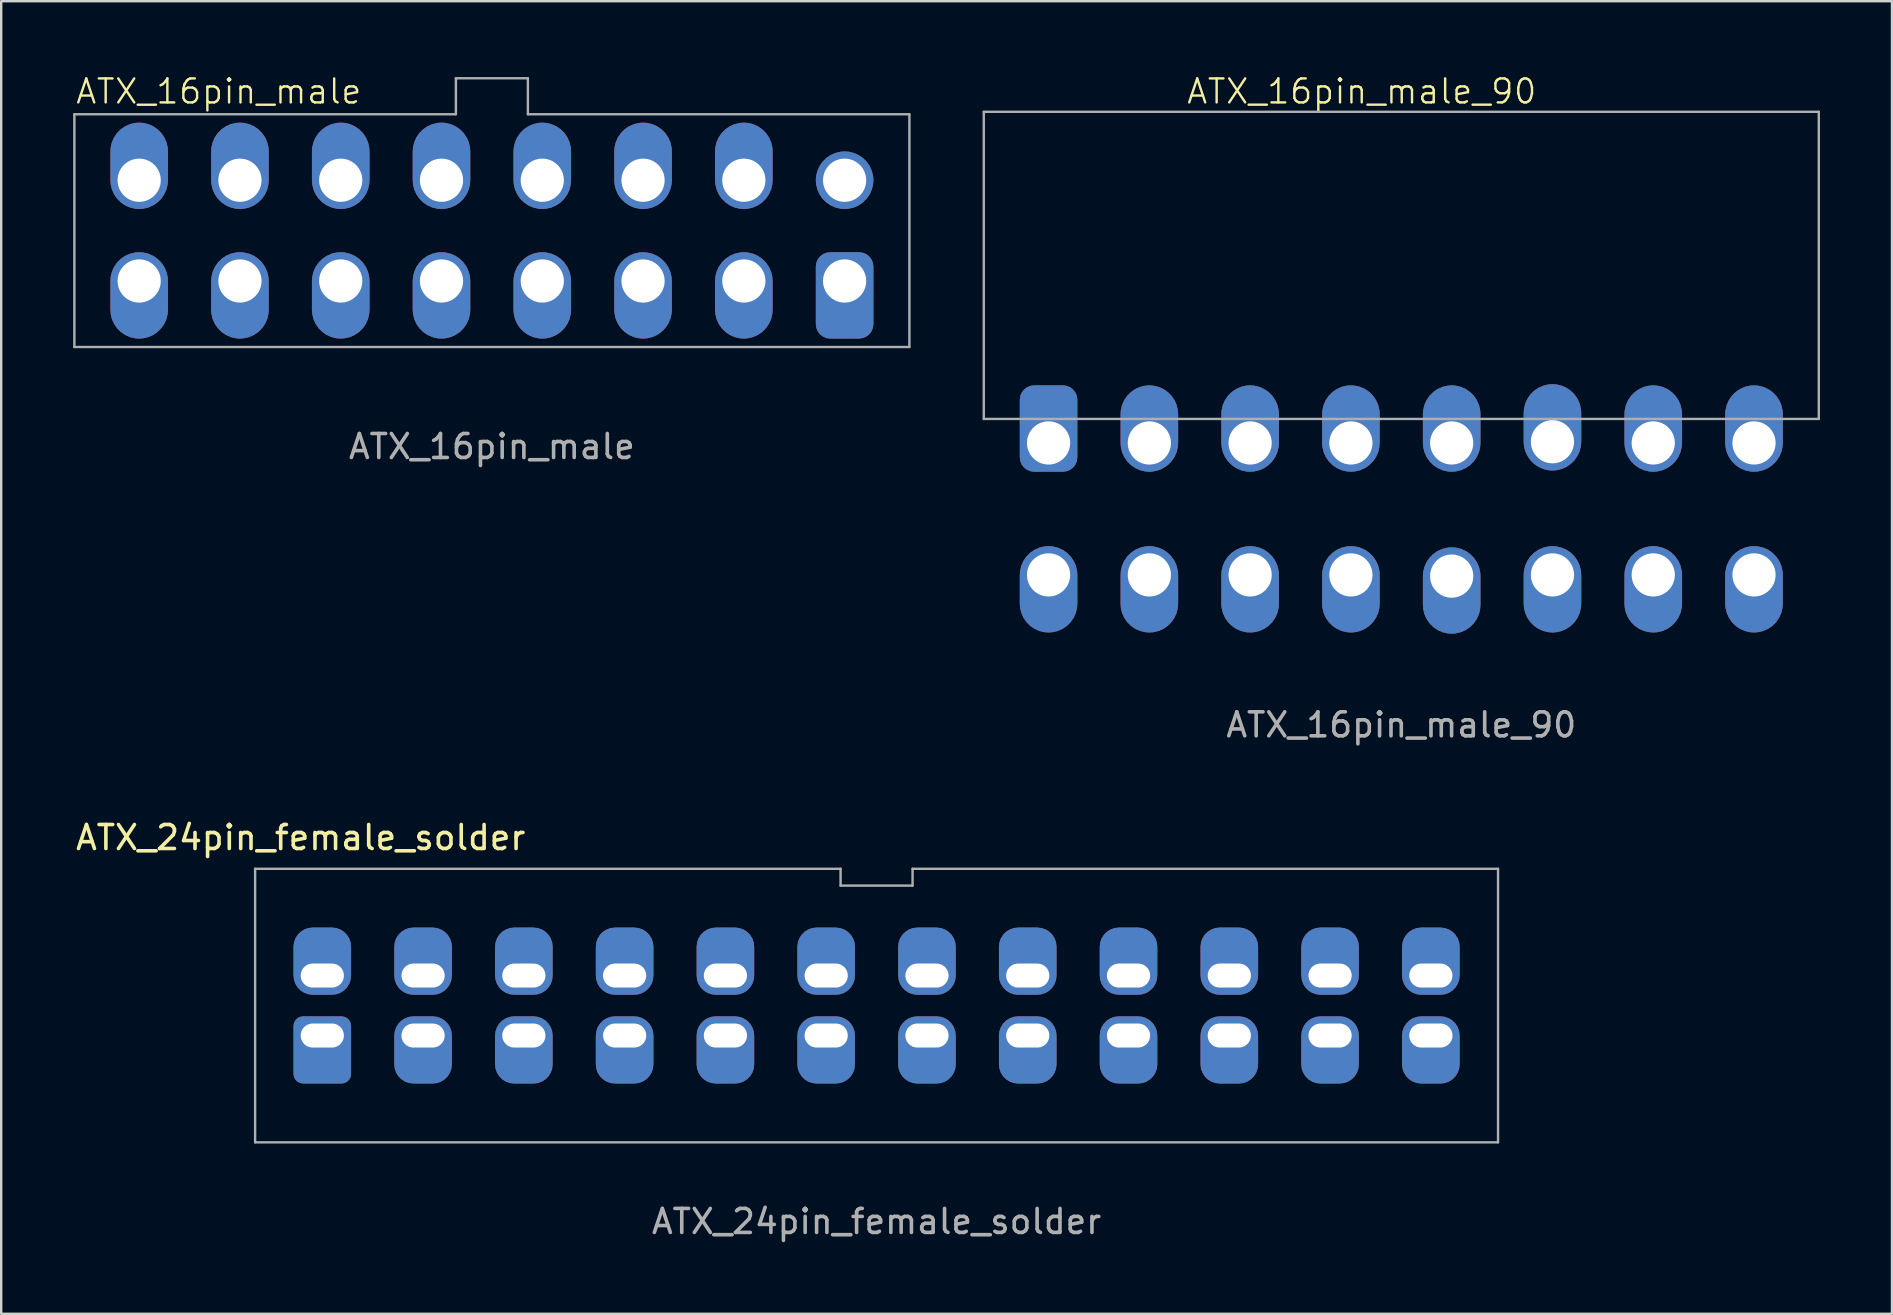
<source format=kicad_pcb>
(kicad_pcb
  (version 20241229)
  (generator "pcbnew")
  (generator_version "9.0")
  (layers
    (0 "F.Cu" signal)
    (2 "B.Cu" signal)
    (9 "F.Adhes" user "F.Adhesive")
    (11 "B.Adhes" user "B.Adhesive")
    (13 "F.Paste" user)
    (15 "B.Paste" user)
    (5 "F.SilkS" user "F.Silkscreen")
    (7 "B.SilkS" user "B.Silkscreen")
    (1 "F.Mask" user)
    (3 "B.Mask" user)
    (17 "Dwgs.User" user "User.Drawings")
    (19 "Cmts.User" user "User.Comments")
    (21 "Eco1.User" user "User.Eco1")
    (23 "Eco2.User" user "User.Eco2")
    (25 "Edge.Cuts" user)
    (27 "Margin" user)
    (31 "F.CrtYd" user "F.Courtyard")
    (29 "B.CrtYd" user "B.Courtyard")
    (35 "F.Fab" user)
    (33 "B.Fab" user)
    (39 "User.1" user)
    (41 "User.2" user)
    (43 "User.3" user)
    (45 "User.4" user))
  (footprint "ATX_16pin_male"
    (layer "F.Cu")
    (at 17.45 6.561)
    (property "Reference" "ATX_16pin_male" (at -17.4 -5.8 0) (unlocked yes) (layer "F.SilkS") (effects (font (size 1 1) (thickness 0.1)) (justify left)))
    (attr through_hole)
    (fp_line (start -17.4 -4.85) (end -17.4 4.85) (stroke (width 0.1) (type default)) (layer "F.Fab"))
    (fp_line (start -17.4 4.85) (end 17.4 4.85) (stroke (width 0.1) (type default)) (layer "F.Fab"))
    (fp_line (start -1.5 -6.35) (end -1.5 -4.85) (stroke (width 0.1) (type default)) (layer "F.Fab"))
    (fp_line (start -1.5 -4.85) (end -17.4 -4.85) (stroke (width 0.1) (type default)) (layer "F.Fab"))
    (fp_line (start 1.5 -6.35) (end -1.5 -6.35) (stroke (width 0.1) (type default)) (layer "F.Fab"))
    (fp_line (start 1.5 -4.85) (end 1.5 -6.35) (stroke (width 0.1) (type default)) (layer "F.Fab"))
    (fp_line (start 17.4 -4.85) (end 1.5 -4.85) (stroke (width 0.1) (type default)) (layer "F.Fab"))
    (fp_line (start 17.4 4.85) (end 17.4 -4.85) (stroke (width 0.1) (type default)) (layer "F.Fab"))
    (fp_text user "${REFERENCE}" (at 0 9 0) (unlocked yes) (layer "F.Fab") (effects (font (size 1 1) (thickness 0.15))))
    (pad "1" thru_hole roundrect (at 14.7 2.1) (size 2.4 3.6) (drill oval 1.8 (offset 0 0.6)) (layers "*.Cu" "*.Mask") (roundrect_rratio 0.25))
    (pad "2" thru_hole roundrect (at 10.5 2.1) (size 2.4 3.6) (drill oval 1.8 (offset 0 0.6)) (layers "*.Cu" "*.Mask") (roundrect_rratio 0.5))
    (pad "3" thru_hole roundrect (at 6.3 2.1) (size 2.4 3.6) (drill oval 1.8 (offset 0 0.6)) (layers "*.Cu" "*.Mask") (roundrect_rratio 0.5))
    (pad "4" thru_hole roundrect (at 2.1 2.1) (size 2.4 3.6) (drill oval 1.8 (offset 0 0.6)) (layers "*.Cu" "*.Mask") (roundrect_rratio 0.5))
    (pad "5" thru_hole roundrect (at -2.1 2.1) (size 2.4 3.6) (drill oval 1.8 (offset 0 0.6)) (layers "*.Cu" "*.Mask") (roundrect_rratio 0.5))
    (pad "6" thru_hole roundrect (at -6.3 2.1) (size 2.4 3.6) (drill oval 1.8 (offset 0 0.6)) (layers "*.Cu" "*.Mask") (roundrect_rratio 0.5))
    (pad "7" thru_hole roundrect (at -10.5 2.1) (size 2.4 3.6) (drill oval 1.8 (offset 0 0.6)) (layers "*.Cu" "*.Mask") (roundrect_rratio 0.5))
    (pad "8" thru_hole roundrect (at -14.7 2.1) (size 2.4 3.6) (drill oval 1.8 (offset 0 0.6)) (layers "*.Cu" "*.Mask") (roundrect_rratio 0.5))
    (pad "9" thru_hole roundrect (at 14.7 -2.1) (size 2.4 2.4) (drill oval 1.8) (layers "*.Cu" "*.Mask") (roundrect_rratio 0.5))
    (pad "10" thru_hole roundrect (at 10.5 -2.1) (size 2.4 3.6) (drill oval 1.8 (offset 0 -0.6)) (layers "*.Cu" "*.Mask") (roundrect_rratio 0.5))
    (pad "11" thru_hole roundrect (at 6.3 -2.1) (size 2.4 3.6) (drill oval 1.8 (offset 0 -0.6)) (layers "*.Cu" "*.Mask") (roundrect_rratio 0.5))
    (pad "12" thru_hole roundrect (at 2.1 -2.1) (size 2.4 3.6) (drill oval 1.8 (offset 0 -0.6)) (layers "*.Cu" "*.Mask") (roundrect_rratio 0.5))
    (pad "13" thru_hole roundrect (at -2.1 -2.1) (size 2.4 3.6) (drill oval 1.8 (offset 0 -0.6)) (layers "*.Cu" "*.Mask") (roundrect_rratio 0.5))
    (pad "14" thru_hole roundrect (at -6.3 -2.1) (size 2.4 3.6) (drill oval 1.8 (offset 0 -0.6)) (layers "*.Cu" "*.Mask") (roundrect_rratio 0.5))
    (pad "15" thru_hole roundrect (at -10.5 -2.1) (size 2.4 3.6) (drill oval 1.8 (offset 0 -0.6)) (layers "*.Cu" "*.Mask") (roundrect_rratio 0.5))
    (pad "16" thru_hole roundrect (at -14.7 -2.1) (size 2.4 3.6) (drill oval 1.8 (offset 0 -0.6)) (layers "*.Cu" "*.Mask") (roundrect_rratio 0.5)))
  (footprint "ATX_24pin_female_solder"
    (layer "F.Cu")
    (at 33.482 38.857)
    (property "Reference" "ATX_24pin_female_solder" (at -24 -7 0) (unlocked yes) (layer "F.SilkS") (effects (font (size 1 1) (thickness 0.15))))
    (attr through_hole)
    (fp_line (start -25.9 -5.7) (end -25.9 5.7) (stroke (width 0.1) (type default)) (layer "F.Fab"))
    (fp_line (start -25.9 5.7) (end 25.9 5.7) (stroke (width 0.1) (type default)) (layer "F.Fab"))
    (fp_line (start -1.5 -5.7) (end -25.9 -5.7) (stroke (width 0.1) (type default)) (layer "F.Fab"))
    (fp_line (start -1.5 -5) (end -1.5 -5.7) (stroke (width 0.1) (type default)) (layer "F.Fab"))
    (fp_line (start 1.5 -5.7) (end 1.5 -5) (stroke (width 0.1) (type default)) (layer "F.Fab"))
    (fp_line (start 1.5 -5) (end -1.5 -5) (stroke (width 0.1) (type default)) (layer "F.Fab"))
    (fp_line (start 25.9 -5.7) (end 1.5 -5.7) (stroke (width 0.1) (type default)) (layer "F.Fab"))
    (fp_line (start 25.9 5.7) (end 25.9 -5.7) (stroke (width 0.1) (type default)) (layer "F.Fab"))
    (fp_text user "${REFERENCE}" (at 0 9 0) (unlocked yes) (layer "F.Fab") (effects (font (size 1 1) (thickness 0.15))))
    (pad "1" thru_hole roundrect (at -23.1 1.25) (size 2.4 2.8) (drill oval 1.8 1 (offset 0 0.6)) (layers "*.Cu" "*.Mask") (roundrect_rratio 0.167))
    (pad "2" thru_hole roundrect (at -18.9 1.25) (size 2.4 2.8) (drill oval 1.8 1 (offset 0 0.6)) (layers "*.Cu" "*.Mask") (roundrect_rratio 0.333))
    (pad "3" thru_hole roundrect (at -14.7 1.25) (size 2.4 2.8) (drill oval 1.8 1 (offset 0 0.6)) (layers "*.Cu" "*.Mask") (roundrect_rratio 0.333))
    (pad "4" thru_hole roundrect (at -10.5 1.25) (size 2.4 2.8) (drill oval 1.8 1 (offset 0 0.6)) (layers "*.Cu" "*.Mask") (roundrect_rratio 0.333))
    (pad "5" thru_hole roundrect (at -6.3 1.25) (size 2.4 2.8) (drill oval 1.8 1 (offset 0 0.6)) (layers "*.Cu" "*.Mask") (roundrect_rratio 0.333))
    (pad "6" thru_hole roundrect (at -2.1 1.25) (size 2.4 2.8) (drill oval 1.8 1 (offset 0 0.6)) (layers "*.Cu" "*.Mask") (roundrect_rratio 0.333))
    (pad "7" thru_hole roundrect (at 2.1 1.25) (size 2.4 2.8) (drill oval 1.8 1 (offset 0 0.6)) (layers "*.Cu" "*.Mask") (roundrect_rratio 0.333))
    (pad "8" thru_hole roundrect (at 6.3 1.25) (size 2.4 2.8) (drill oval 1.8 1 (offset 0 0.6)) (layers "*.Cu" "*.Mask") (roundrect_rratio 0.333))
    (pad "9" thru_hole roundrect (at 10.5 1.25) (size 2.4 2.8) (drill oval 1.8 1 (offset 0 0.6)) (layers "*.Cu" "*.Mask") (roundrect_rratio 0.333))
    (pad "10" thru_hole roundrect (at 14.7 1.25) (size 2.4 2.8) (drill oval 1.8 1 (offset 0 0.6)) (layers "*.Cu" "*.Mask") (roundrect_rratio 0.333))
    (pad "11" thru_hole roundrect (at 18.9 1.25) (size 2.4 2.8) (drill oval 1.8 1 (offset 0 0.6)) (layers "*.Cu" "*.Mask") (roundrect_rratio 0.333))
    (pad "12" thru_hole roundrect (at 23.1 1.25) (size 2.4 2.8) (drill oval 1.8 1 (offset 0 0.6)) (layers "*.Cu" "*.Mask") (roundrect_rratio 0.333))
    (pad "13" thru_hole roundrect (at -23.1 -1.25) (size 2.4 2.8) (drill oval 1.8 1 (offset 0 -0.6)) (layers "*.Cu" "*.Mask") (roundrect_rratio 0.333))
    (pad "14" thru_hole roundrect (at -18.9 -1.25) (size 2.4 2.8) (drill oval 1.8 1 (offset 0 -0.6)) (layers "*.Cu" "*.Mask") (roundrect_rratio 0.333))
    (pad "15" thru_hole roundrect (at -14.7 -1.25) (size 2.4 2.8) (drill oval 1.8 1 (offset 0 -0.6)) (layers "*.Cu" "*.Mask") (roundrect_rratio 0.333))
    (pad "16" thru_hole roundrect (at -10.5 -1.25) (size 2.4 2.8) (drill oval 1.8 1 (offset 0 -0.6)) (layers "*.Cu" "*.Mask") (roundrect_rratio 0.333))
    (pad "17" thru_hole roundrect (at -6.3 -1.25) (size 2.4 2.8) (drill oval 1.8 1 (offset 0 -0.6)) (layers "*.Cu" "*.Mask") (roundrect_rratio 0.333))
    (pad "18" thru_hole roundrect (at -2.1 -1.25) (size 2.4 2.8) (drill oval 1.8 1 (offset 0 -0.6)) (layers "*.Cu" "*.Mask") (roundrect_rratio 0.333))
    (pad "19" thru_hole roundrect (at 2.1 -1.25) (size 2.4 2.8) (drill oval 1.8 1 (offset 0 -0.6)) (layers "*.Cu" "*.Mask") (roundrect_rratio 0.333))
    (pad "20" thru_hole roundrect (at 6.3 -1.25) (size 2.4 2.8) (drill oval 1.8 1 (offset 0 -0.6)) (layers "*.Cu" "*.Mask") (roundrect_rratio 0.333))
    (pad "21" thru_hole roundrect (at 10.5 -1.25) (size 2.4 2.8) (drill oval 1.8 1 (offset 0 -0.6)) (layers "*.Cu" "*.Mask") (roundrect_rratio 0.333))
    (pad "22" thru_hole roundrect (at 14.7 -1.25) (size 2.4 2.8) (drill oval 1.8 1 (offset 0 -0.6)) (layers "*.Cu" "*.Mask") (roundrect_rratio 0.333))
    (pad "23" thru_hole roundrect (at 18.9 -1.25) (size 2.4 2.8) (drill oval 1.8 1 (offset 0 -0.6)) (layers "*.Cu" "*.Mask") (roundrect_rratio 0.333))
    (pad "24" thru_hole roundrect (at 23.1 -1.25) (size 2.4 2.8) (drill oval 1.8 1 (offset 0 -0.6)) (layers "*.Cu" "*.Mask") (roundrect_rratio 0.333)))
  (footprint "ATX_16pin_male_90"
    (layer "F.Cu")
    (at 55.35 18.16)
    (property "Reference" "ATX_16pin_male_90" (at -9 -17.4 0) (unlocked yes) (layer "F.SilkS") (effects (font (size 1 1) (thickness 0.1)) (justify left)))
    (attr through_hole)
    (fp_line (start -17.4 -16.55) (end -17.4 -3.75) (stroke (width 0.1) (type default)) (layer "F.Fab"))
    (fp_line (start -17.4 -3.75) (end 17.4 -3.75) (stroke (width 0.1) (type default)) (layer "F.Fab"))
    (fp_line (start 17.4 -16.55) (end -17.4 -16.55) (stroke (width 0.1) (type default)) (layer "F.Fab"))
    (fp_line (start 17.4 -3.75) (end 17.4 -16.55) (stroke (width 0.1) (type default)) (layer "F.Fab"))
    (fp_text user "${REFERENCE}" (at 0 9 0) (unlocked yes) (layer "F.Fab") (effects (font (size 1 1) (thickness 0.15))))
    (pad "1" thru_hole roundrect (at -14.7 -2.75) (size 2.4 3.6) (drill oval 1.8 (offset 0 -0.6)) (layers "*.Cu" "*.Mask") (roundrect_rratio 0.25))
    (pad "2" thru_hole roundrect (at -10.5 -2.75) (size 2.4 3.6) (drill oval 1.8 (offset 0 -0.6)) (layers "*.Cu" "*.Mask") (roundrect_rratio 0.5))
    (pad "3" thru_hole roundrect (at -6.3 -2.75) (size 2.4 3.6) (drill oval 1.8 (offset 0 -0.6)) (layers "*.Cu" "*.Mask") (roundrect_rratio 0.5))
    (pad "4" thru_hole roundrect (at -2.1 -2.75) (size 2.4 3.6) (drill oval 1.8 (offset 0 -0.6)) (layers "*.Cu" "*.Mask") (roundrect_rratio 0.5))
    (pad "5" thru_hole roundrect (at 2.1 -2.75) (size 2.4 3.6) (drill oval 1.8 (offset 0 -0.6)) (layers "*.Cu" "*.Mask") (roundrect_rratio 0.5))
    (pad "6" thru_hole roundrect (at 6.3 -2.8) (size 2.4 3.6) (drill oval 1.8 (offset 0 -0.6)) (layers "*.Cu" "*.Mask") (roundrect_rratio 0.5))
    (pad "7" thru_hole roundrect (at 10.5 -2.75) (size 2.4 3.6) (drill oval 1.8 (offset 0 -0.6)) (layers "*.Cu" "*.Mask") (roundrect_rratio 0.5))
    (pad "8" thru_hole roundrect (at 14.7 -2.75) (size 2.4 3.6) (drill oval 1.8 (offset 0 -0.6)) (layers "*.Cu" "*.Mask") (roundrect_rratio 0.5))
    (pad "9" thru_hole roundrect (at -14.7 2.75) (size 2.4 3.6) (drill oval 1.8 (offset 0 0.6)) (layers "*.Cu" "*.Mask") (roundrect_rratio 0.5))
    (pad "10" thru_hole roundrect (at -10.5 2.75) (size 2.4 3.6) (drill oval 1.8 (offset 0 0.6)) (layers "*.Cu" "*.Mask") (roundrect_rratio 0.5))
    (pad "11" thru_hole roundrect (at -6.3 2.75) (size 2.4 3.6) (drill oval 1.8 (offset 0 0.6)) (layers "*.Cu" "*.Mask") (roundrect_rratio 0.5))
    (pad "12" thru_hole roundrect (at -2.1 2.75) (size 2.4 3.6) (drill oval 1.8 (offset 0 0.6)) (layers "*.Cu" "*.Mask") (roundrect_rratio 0.5))
    (pad "13" thru_hole roundrect (at 2.1 2.8) (size 2.4 3.6) (drill oval 1.8 (offset 0 0.6)) (layers "*.Cu" "*.Mask") (roundrect_rratio 0.5))
    (pad "14" thru_hole roundrect (at 6.3 2.75) (size 2.4 3.6) (drill oval 1.8 (offset 0 0.6)) (layers "*.Cu" "*.Mask") (roundrect_rratio 0.5))
    (pad "15" thru_hole roundrect (at 10.5 2.75) (size 2.4 3.6) (drill oval 1.8 (offset 0 0.6)) (layers "*.Cu" "*.Mask") (roundrect_rratio 0.5))
    (pad "16" thru_hole roundrect (at 14.7 2.75) (size 2.4 3.6) (drill oval 1.8 (offset 0 0.6)) (layers "*.Cu" "*.Mask") (roundrect_rratio 0.5)))
  (gr_rect
    (start -3 -3)
    (end 75.8 51.705)
    (stroke (width 0.1) (type default))
    (fill no)
    (layer "Edge.Cuts")))
</source>
